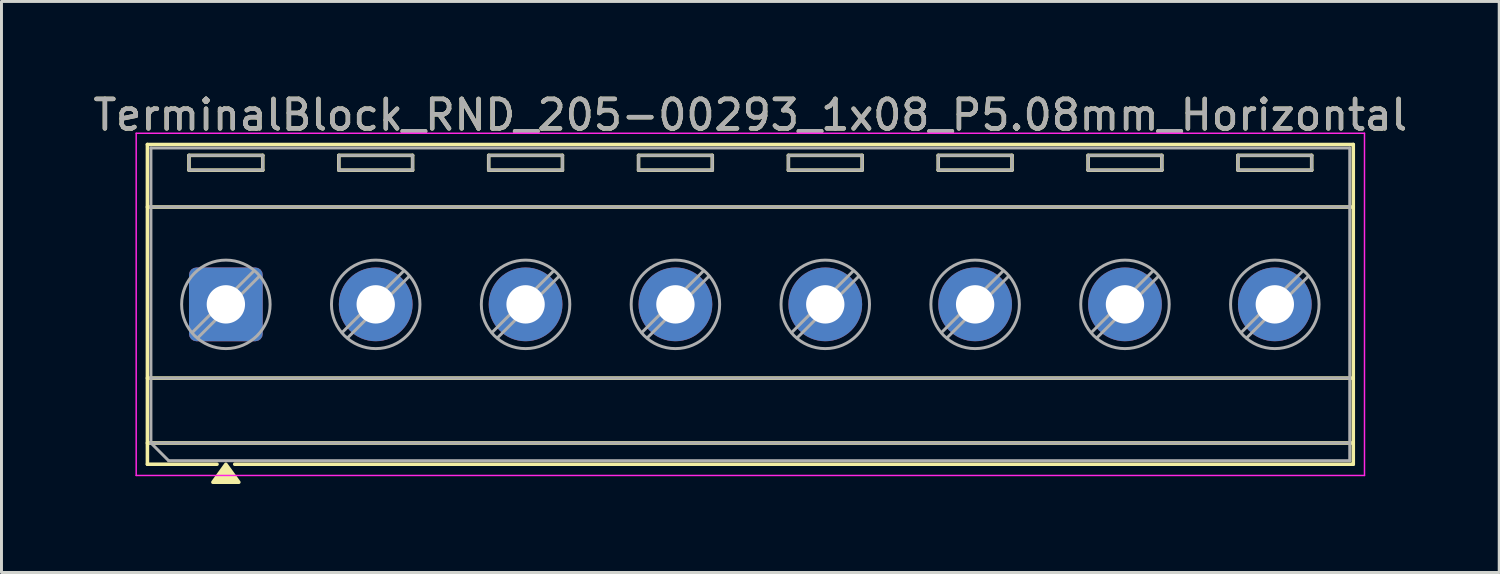
<source format=kicad_pcb>
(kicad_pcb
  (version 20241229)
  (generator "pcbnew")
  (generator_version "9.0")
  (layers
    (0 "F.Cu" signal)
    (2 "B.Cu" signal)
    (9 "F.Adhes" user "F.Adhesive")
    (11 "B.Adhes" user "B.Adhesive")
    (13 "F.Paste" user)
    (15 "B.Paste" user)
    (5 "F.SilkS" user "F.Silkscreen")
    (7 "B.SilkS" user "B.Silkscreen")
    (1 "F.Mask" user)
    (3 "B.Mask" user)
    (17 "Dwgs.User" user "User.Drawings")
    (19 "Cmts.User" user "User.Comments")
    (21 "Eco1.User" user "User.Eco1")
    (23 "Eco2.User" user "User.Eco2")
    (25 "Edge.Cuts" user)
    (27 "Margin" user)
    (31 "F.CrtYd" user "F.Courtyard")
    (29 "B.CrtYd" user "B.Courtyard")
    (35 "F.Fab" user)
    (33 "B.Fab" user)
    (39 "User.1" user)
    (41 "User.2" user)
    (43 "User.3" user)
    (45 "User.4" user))
  (footprint "TerminalBlock_RND_205-00293_1x08_P5.08mm_Horizontal"
    (layer "F.Cu")
    (at 4.607 7.268)
    (property "Reference" "TerminalBlock_RND_205-00293_1x08_P5.08mm_Horizontal" (at 17.78 -6.42 0) (layer "F.SilkS") (effects (font (size 1 1) (thickness 0.15))))
    (attr through_hole)
    (fp_line (start -2.66 -5.42) (end -2.66 5.42) (stroke (width 0.12) (type solid)) (layer "F.SilkS"))
    (fp_line (start -2.66 -5.42) (end 38.22 -5.42) (stroke (width 0.12) (type solid)) (layer "F.SilkS"))
    (fp_line (start -2.66 -3.3) (end 38.22 -3.3) (stroke (width 0.12) (type solid)) (layer "F.SilkS"))
    (fp_line (start -2.66 2.5) (end 38.22 2.5) (stroke (width 0.12) (type solid)) (layer "F.SilkS"))
    (fp_line (start -2.66 4.7) (end 38.22 4.7) (stroke (width 0.12) (type solid)) (layer "F.SilkS"))
    (fp_line (start -2.66 5.42) (end -0.3 5.42) (stroke (width 0.12) (type solid)) (layer "F.SilkS"))
    (fp_line (start -1.25 -5.05) (end -1.25 -4.55) (stroke (width 0.12) (type solid)) (layer "F.SilkS"))
    (fp_line (start -1.25 -5.05) (end 1.25 -5.05) (stroke (width 0.12) (type solid)) (layer "F.SilkS"))
    (fp_line (start -1.25 -4.55) (end 1.25 -4.55) (stroke (width 0.12) (type solid)) (layer "F.SilkS"))
    (fp_line (start 0.3 5.42) (end 38.22 5.42) (stroke (width 0.12) (type solid)) (layer "F.SilkS"))
    (fp_line (start 1.25 -5.05) (end 1.25 -4.55) (stroke (width 0.12) (type solid)) (layer "F.SilkS"))
    (fp_line (start 3.83 -5.05) (end 3.83 -4.55) (stroke (width 0.12) (type solid)) (layer "F.SilkS"))
    (fp_line (start 3.83 -5.05) (end 6.33 -5.05) (stroke (width 0.12) (type solid)) (layer "F.SilkS"))
    (fp_line (start 3.83 -4.55) (end 6.33 -4.55) (stroke (width 0.12) (type solid)) (layer "F.SilkS"))
    (fp_line (start 6.33 -5.05) (end 6.33 -4.55) (stroke (width 0.12) (type solid)) (layer "F.SilkS"))
    (fp_line (start 8.91 -5.05) (end 8.91 -4.55) (stroke (width 0.12) (type solid)) (layer "F.SilkS"))
    (fp_line (start 8.91 -5.05) (end 11.41 -5.05) (stroke (width 0.12) (type solid)) (layer "F.SilkS"))
    (fp_line (start 8.91 -4.55) (end 11.41 -4.55) (stroke (width 0.12) (type solid)) (layer "F.SilkS"))
    (fp_line (start 11.41 -5.05) (end 11.41 -4.55) (stroke (width 0.12) (type solid)) (layer "F.SilkS"))
    (fp_line (start 13.99 -5.05) (end 13.99 -4.55) (stroke (width 0.12) (type solid)) (layer "F.SilkS"))
    (fp_line (start 13.99 -5.05) (end 16.49 -5.05) (stroke (width 0.12) (type solid)) (layer "F.SilkS"))
    (fp_line (start 13.99 -4.55) (end 16.49 -4.55) (stroke (width 0.12) (type solid)) (layer "F.SilkS"))
    (fp_line (start 16.49 -5.05) (end 16.49 -4.55) (stroke (width 0.12) (type solid)) (layer "F.SilkS"))
    (fp_line (start 19.07 -5.05) (end 19.07 -4.55) (stroke (width 0.12) (type solid)) (layer "F.SilkS"))
    (fp_line (start 19.07 -5.05) (end 21.57 -5.05) (stroke (width 0.12) (type solid)) (layer "F.SilkS"))
    (fp_line (start 19.07 -4.55) (end 21.57 -4.55) (stroke (width 0.12) (type solid)) (layer "F.SilkS"))
    (fp_line (start 21.57 -5.05) (end 21.57 -4.55) (stroke (width 0.12) (type solid)) (layer "F.SilkS"))
    (fp_line (start 24.15 -5.05) (end 24.15 -4.55) (stroke (width 0.12) (type solid)) (layer "F.SilkS"))
    (fp_line (start 24.15 -5.05) (end 26.65 -5.05) (stroke (width 0.12) (type solid)) (layer "F.SilkS"))
    (fp_line (start 24.15 -4.55) (end 26.65 -4.55) (stroke (width 0.12) (type solid)) (layer "F.SilkS"))
    (fp_line (start 26.65 -5.05) (end 26.65 -4.55) (stroke (width 0.12) (type solid)) (layer "F.SilkS"))
    (fp_line (start 29.23 -5.05) (end 29.23 -4.55) (stroke (width 0.12) (type solid)) (layer "F.SilkS"))
    (fp_line (start 29.23 -5.05) (end 31.73 -5.05) (stroke (width 0.12) (type solid)) (layer "F.SilkS"))
    (fp_line (start 29.23 -4.55) (end 31.73 -4.55) (stroke (width 0.12) (type solid)) (layer "F.SilkS"))
    (fp_line (start 31.73 -5.05) (end 31.73 -4.55) (stroke (width 0.12) (type solid)) (layer "F.SilkS"))
    (fp_line (start 34.31 -5.05) (end 34.31 -4.55) (stroke (width 0.12) (type solid)) (layer "F.SilkS"))
    (fp_line (start 34.31 -5.05) (end 36.81 -5.05) (stroke (width 0.12) (type solid)) (layer "F.SilkS"))
    (fp_line (start 34.31 -4.55) (end 36.81 -4.55) (stroke (width 0.12) (type solid)) (layer "F.SilkS"))
    (fp_line (start 36.81 -5.05) (end 36.81 -4.55) (stroke (width 0.12) (type solid)) (layer "F.SilkS"))
    (fp_line (start 38.22 -5.42) (end 38.22 5.42) (stroke (width 0.12) (type solid)) (layer "F.SilkS"))
    (fp_poly (pts (xy 0 5.42) (xy 0.44 6.03) (xy -0.44 6.03)) (stroke (width 0.12) (type solid)) (fill yes) (layer "F.SilkS"))
    (fp_line (start -3.04 -5.8) (end -3.04 5.8) (stroke (width 0.05) (type solid)) (layer "F.CrtYd"))
    (fp_line (start -3.04 5.8) (end 38.6 5.8) (stroke (width 0.05) (type solid)) (layer "F.CrtYd"))
    (fp_line (start 38.6 -5.8) (end -3.04 -5.8) (stroke (width 0.05) (type solid)) (layer "F.CrtYd"))
    (fp_line (start 38.6 5.8) (end 38.6 -5.8) (stroke (width 0.05) (type solid)) (layer "F.CrtYd"))
    (fp_line (start -2.54 -5.3) (end 38.1 -5.3) (stroke (width 0.1) (type solid)) (layer "F.Fab"))
    (fp_line (start -2.54 -3.3) (end 38.1 -3.3) (stroke (width 0.1) (type solid)) (layer "F.Fab"))
    (fp_line (start -2.54 2.5) (end 38.1 2.5) (stroke (width 0.1) (type solid)) (layer "F.Fab"))
    (fp_line (start -2.54 4.7) (end -2.54 -5.3) (stroke (width 0.1) (type solid)) (layer "F.Fab"))
    (fp_line (start -2.54 4.7) (end 38.1 4.7) (stroke (width 0.1) (type solid)) (layer "F.Fab"))
    (fp_line (start -1.94 5.3) (end -2.54 4.7) (stroke (width 0.1) (type solid)) (layer "F.Fab"))
    (fp_line (start -1.25 -5.05) (end -1.25 -4.55) (stroke (width 0.1) (type solid)) (layer "F.Fab"))
    (fp_line (start -1.25 -4.55) (end 1.25 -4.55) (stroke (width 0.1) (type solid)) (layer "F.Fab"))
    (fp_line (start 0.955 -1.138) (end -1.138 0.954) (stroke (width 0.1) (type solid)) (layer "F.Fab"))
    (fp_line (start 1.138 -0.954) (end -0.955 1.137) (stroke (width 0.1) (type solid)) (layer "F.Fab"))
    (fp_line (start 1.25 -5.05) (end -1.25 -5.05) (stroke (width 0.1) (type solid)) (layer "F.Fab"))
    (fp_line (start 1.25 -4.55) (end 1.25 -5.05) (stroke (width 0.1) (type solid)) (layer "F.Fab"))
    (fp_line (start 3.83 -5.05) (end 3.83 -4.55) (stroke (width 0.1) (type solid)) (layer "F.Fab"))
    (fp_line (start 3.83 -4.55) (end 6.33 -4.55) (stroke (width 0.1) (type solid)) (layer "F.Fab"))
    (fp_line (start 6.035 -1.138) (end 3.942 0.954) (stroke (width 0.1) (type solid)) (layer "F.Fab"))
    (fp_line (start 6.218 -0.954) (end 4.125 1.137) (stroke (width 0.1) (type solid)) (layer "F.Fab"))
    (fp_line (start 6.33 -5.05) (end 3.83 -5.05) (stroke (width 0.1) (type solid)) (layer "F.Fab"))
    (fp_line (start 6.33 -4.55) (end 6.33 -5.05) (stroke (width 0.1) (type solid)) (layer "F.Fab"))
    (fp_line (start 8.91 -5.05) (end 8.91 -4.55) (stroke (width 0.1) (type solid)) (layer "F.Fab"))
    (fp_line (start 8.91 -4.55) (end 11.41 -4.55) (stroke (width 0.1) (type solid)) (layer "F.Fab"))
    (fp_line (start 11.115 -1.138) (end 9.022 0.954) (stroke (width 0.1) (type solid)) (layer "F.Fab"))
    (fp_line (start 11.298 -0.954) (end 9.205 1.137) (stroke (width 0.1) (type solid)) (layer "F.Fab"))
    (fp_line (start 11.41 -5.05) (end 8.91 -5.05) (stroke (width 0.1) (type solid)) (layer "F.Fab"))
    (fp_line (start 11.41 -4.55) (end 11.41 -5.05) (stroke (width 0.1) (type solid)) (layer "F.Fab"))
    (fp_line (start 13.99 -5.05) (end 13.99 -4.55) (stroke (width 0.1) (type solid)) (layer "F.Fab"))
    (fp_line (start 13.99 -4.55) (end 16.49 -4.55) (stroke (width 0.1) (type solid)) (layer "F.Fab"))
    (fp_line (start 16.195 -1.138) (end 14.102 0.954) (stroke (width 0.1) (type solid)) (layer "F.Fab"))
    (fp_line (start 16.378 -0.954) (end 14.285 1.137) (stroke (width 0.1) (type solid)) (layer "F.Fab"))
    (fp_line (start 16.49 -5.05) (end 13.99 -5.05) (stroke (width 0.1) (type solid)) (layer "F.Fab"))
    (fp_line (start 16.49 -4.55) (end 16.49 -5.05) (stroke (width 0.1) (type solid)) (layer "F.Fab"))
    (fp_line (start 19.07 -5.05) (end 19.07 -4.55) (stroke (width 0.1) (type solid)) (layer "F.Fab"))
    (fp_line (start 19.07 -4.55) (end 21.57 -4.55) (stroke (width 0.1) (type solid)) (layer "F.Fab"))
    (fp_line (start 21.275 -1.138) (end 19.182 0.954) (stroke (width 0.1) (type solid)) (layer "F.Fab"))
    (fp_line (start 21.458 -0.954) (end 19.365 1.137) (stroke (width 0.1) (type solid)) (layer "F.Fab"))
    (fp_line (start 21.57 -5.05) (end 19.07 -5.05) (stroke (width 0.1) (type solid)) (layer "F.Fab"))
    (fp_line (start 21.57 -4.55) (end 21.57 -5.05) (stroke (width 0.1) (type solid)) (layer "F.Fab"))
    (fp_line (start 24.15 -5.05) (end 24.15 -4.55) (stroke (width 0.1) (type solid)) (layer "F.Fab"))
    (fp_line (start 24.15 -4.55) (end 26.65 -4.55) (stroke (width 0.1) (type solid)) (layer "F.Fab"))
    (fp_line (start 26.355 -1.138) (end 24.262 0.954) (stroke (width 0.1) (type solid)) (layer "F.Fab"))
    (fp_line (start 26.538 -0.954) (end 24.445 1.137) (stroke (width 0.1) (type solid)) (layer "F.Fab"))
    (fp_line (start 26.65 -5.05) (end 24.15 -5.05) (stroke (width 0.1) (type solid)) (layer "F.Fab"))
    (fp_line (start 26.65 -4.55) (end 26.65 -5.05) (stroke (width 0.1) (type solid)) (layer "F.Fab"))
    (fp_line (start 29.23 -5.05) (end 29.23 -4.55) (stroke (width 0.1) (type solid)) (layer "F.Fab"))
    (fp_line (start 29.23 -4.55) (end 31.73 -4.55) (stroke (width 0.1) (type solid)) (layer "F.Fab"))
    (fp_line (start 31.435 -1.138) (end 29.342 0.954) (stroke (width 0.1) (type solid)) (layer "F.Fab"))
    (fp_line (start 31.618 -0.954) (end 29.525 1.137) (stroke (width 0.1) (type solid)) (layer "F.Fab"))
    (fp_line (start 31.73 -5.05) (end 29.23 -5.05) (stroke (width 0.1) (type solid)) (layer "F.Fab"))
    (fp_line (start 31.73 -4.55) (end 31.73 -5.05) (stroke (width 0.1) (type solid)) (layer "F.Fab"))
    (fp_line (start 34.31 -5.05) (end 34.31 -4.55) (stroke (width 0.1) (type solid)) (layer "F.Fab"))
    (fp_line (start 34.31 -4.55) (end 36.81 -4.55) (stroke (width 0.1) (type solid)) (layer "F.Fab"))
    (fp_line (start 36.515 -1.138) (end 34.422 0.954) (stroke (width 0.1) (type solid)) (layer "F.Fab"))
    (fp_line (start 36.698 -0.954) (end 34.605 1.137) (stroke (width 0.1) (type solid)) (layer "F.Fab"))
    (fp_line (start 36.81 -5.05) (end 34.31 -5.05) (stroke (width 0.1) (type solid)) (layer "F.Fab"))
    (fp_line (start 36.81 -4.55) (end 36.81 -5.05) (stroke (width 0.1) (type solid)) (layer "F.Fab"))
    (fp_line (start 38.1 -5.3) (end 38.1 5.3) (stroke (width 0.1) (type solid)) (layer "F.Fab"))
    (fp_line (start 38.1 5.3) (end -1.94 5.3) (stroke (width 0.1) (type solid)) (layer "F.Fab"))
    (fp_circle (center 0 0) (end 1.5 0) (stroke (width 0.1) (type solid)) (fill no) (layer "F.Fab"))
    (fp_circle (center 5.08 0) (end 6.58 0) (stroke (width 0.1) (type solid)) (fill no) (layer "F.Fab"))
    (fp_circle (center 10.16 0) (end 11.66 0) (stroke (width 0.1) (type solid)) (fill no) (layer "F.Fab"))
    (fp_circle (center 15.24 0) (end 16.74 0) (stroke (width 0.1) (type solid)) (fill no) (layer "F.Fab"))
    (fp_circle (center 20.32 0) (end 21.82 0) (stroke (width 0.1) (type solid)) (fill no) (layer "F.Fab"))
    (fp_circle (center 25.4 0) (end 26.9 0) (stroke (width 0.1) (type solid)) (fill no) (layer "F.Fab"))
    (fp_circle (center 30.48 0) (end 31.98 0) (stroke (width 0.1) (type solid)) (fill no) (layer "F.Fab"))
    (fp_circle (center 35.56 0) (end 37.06 0) (stroke (width 0.1) (type solid)) (fill no) (layer "F.Fab"))
    (fp_text user "${REFERENCE}" (at 17.78 -6.42 0) (layer "F.Fab") (effects (font (size 1 1) (thickness 0.15))))
    (pad "1" thru_hole roundrect (at 0 0) (size 2.5 2.5) (drill 1.3) (layers "*.Cu" "*.Mask") (roundrect_rratio 0.1))
    (pad "2" thru_hole circle (at 5.08 0) (size 2.5 2.5) (drill 1.3) (layers "*.Cu" "*.Mask"))
    (pad "3" thru_hole circle (at 10.16 0) (size 2.5 2.5) (drill 1.3) (layers "*.Cu" "*.Mask"))
    (pad "4" thru_hole circle (at 15.24 0) (size 2.5 2.5) (drill 1.3) (layers "*.Cu" "*.Mask"))
    (pad "5" thru_hole circle (at 20.32 0) (size 2.5 2.5) (drill 1.3) (layers "*.Cu" "*.Mask"))
    (pad "6" thru_hole circle (at 25.4 0) (size 2.5 2.5) (drill 1.3) (layers "*.Cu" "*.Mask"))
    (pad "7" thru_hole circle (at 30.48 0) (size 2.5 2.5) (drill 1.3) (layers "*.Cu" "*.Mask"))
    (pad "8" thru_hole circle (at 35.56 0) (size 2.5 2.5) (drill 1.3) (layers "*.Cu" "*.Mask")))
  (gr_rect
    (start -3 -3)
    (end 47.774 16.358)
    (stroke (width 0.1) (type default))
    (fill no)
    (layer "Edge.Cuts")))
</source>
